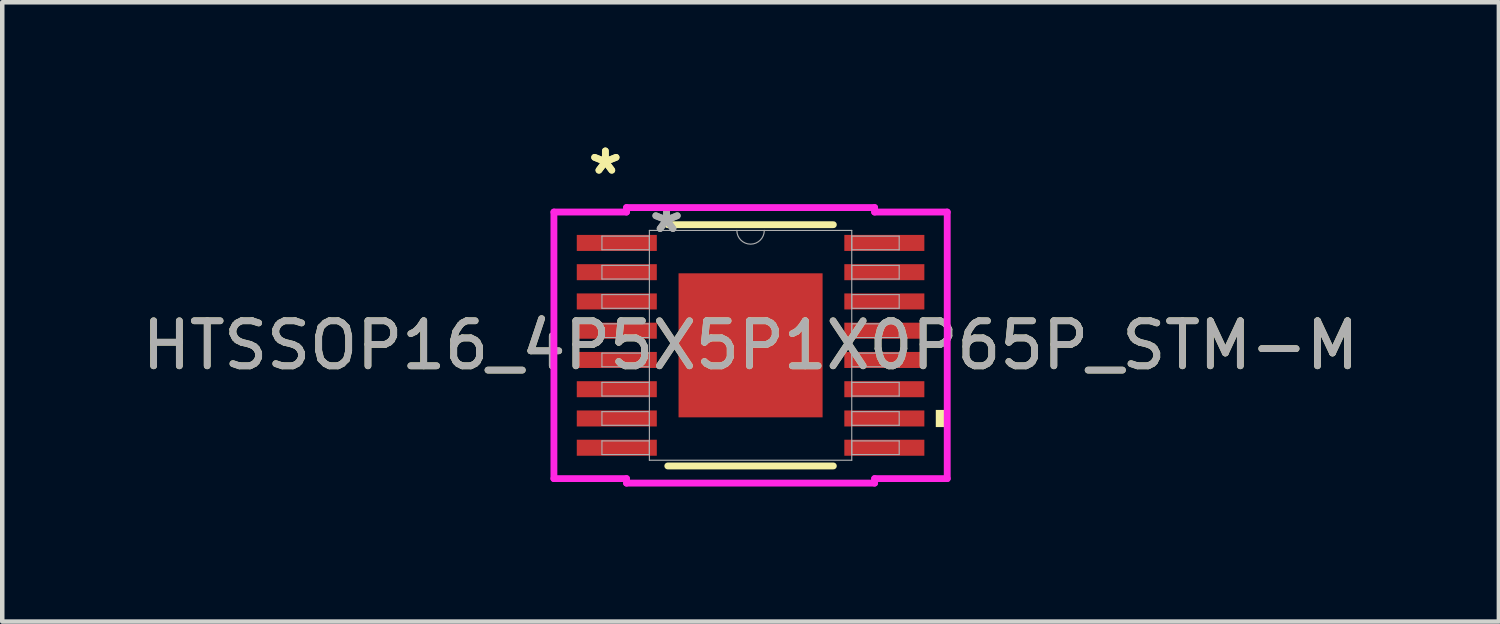
<source format=kicad_pcb>
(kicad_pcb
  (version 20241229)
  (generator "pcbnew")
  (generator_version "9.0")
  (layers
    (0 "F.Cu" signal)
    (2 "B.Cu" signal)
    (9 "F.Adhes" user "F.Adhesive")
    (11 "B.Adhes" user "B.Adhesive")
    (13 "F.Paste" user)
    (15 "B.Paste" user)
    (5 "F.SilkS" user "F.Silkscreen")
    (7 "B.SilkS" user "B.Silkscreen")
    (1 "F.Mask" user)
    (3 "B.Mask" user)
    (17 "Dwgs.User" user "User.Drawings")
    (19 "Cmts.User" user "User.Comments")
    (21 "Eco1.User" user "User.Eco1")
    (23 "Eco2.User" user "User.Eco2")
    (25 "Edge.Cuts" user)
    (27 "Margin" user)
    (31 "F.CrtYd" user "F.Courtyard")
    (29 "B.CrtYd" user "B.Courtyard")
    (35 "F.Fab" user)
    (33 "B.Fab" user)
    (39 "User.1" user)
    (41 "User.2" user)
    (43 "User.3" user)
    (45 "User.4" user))
  (footprint "HTSSOP16_4P5X5P1X0P65P_STM-M"
    (layer "F.Cu")
    (at 13.625 4.622)
    (property "Reference" "HTSSOP16_4P5X5P1X0P65P_STM-M" (at 0 0 0) (unlocked yes) (layer "F.SilkS") (effects (font (size 1 1) (thickness 0.15))))
    (attr smd)
    (fp_line (start -1.839 2.68) (end 1.839 2.68) (stroke (width 0.152) (type solid)) (layer "F.SilkS"))
    (fp_line (start 1.839 -2.68) (end -1.839 -2.68) (stroke (width 0.152) (type solid)) (layer "F.SilkS"))
    (fp_poly (pts (xy 4.369 1.435) (xy 4.369 1.816) (xy 4.115 1.816) (xy 4.115 1.435)) (stroke (width 0) (type solid)) (fill yes) (layer "F.SilkS"))
    (fp_poly (pts (xy -1.5 -1.5) (xy -1.5 -0.1) (xy -0.1 -0.1) (xy -0.1 -1.5)) (stroke (width 0) (type solid)) (fill yes) (layer "F.Paste"))
    (fp_poly (pts (xy -1.5 0.1) (xy -1.5 1.5) (xy -0.1 1.5) (xy -0.1 0.1)) (stroke (width 0) (type solid)) (fill yes) (layer "F.Paste"))
    (fp_poly (pts (xy 0.1 -1.5) (xy 0.1 -0.1) (xy 1.5 -0.1) (xy 1.5 -1.5)) (stroke (width 0) (type solid)) (fill yes) (layer "F.Paste"))
    (fp_poly (pts (xy 0.1 0.1) (xy 0.1 1.5) (xy 1.5 1.5) (xy 1.5 0.1)) (stroke (width 0) (type solid)) (fill yes) (layer "F.Paste"))
    (fp_line (start -4.369 -2.961) (end -2.756 -2.961) (stroke (width 0.152) (type solid)) (layer "F.CrtYd"))
    (fp_line (start -4.369 2.961) (end -4.369 -2.961) (stroke (width 0.152) (type solid)) (layer "F.CrtYd"))
    (fp_line (start -4.369 2.961) (end -2.756 2.961) (stroke (width 0.152) (type solid)) (layer "F.CrtYd"))
    (fp_line (start -2.756 -3.061) (end 2.756 -3.061) (stroke (width 0.152) (type solid)) (layer "F.CrtYd"))
    (fp_line (start -2.756 -2.961) (end -2.756 -3.061) (stroke (width 0.152) (type solid)) (layer "F.CrtYd"))
    (fp_line (start -2.756 3.061) (end -2.756 2.961) (stroke (width 0.152) (type solid)) (layer "F.CrtYd"))
    (fp_line (start 2.756 -3.061) (end 2.756 -2.961) (stroke (width 0.152) (type solid)) (layer "F.CrtYd"))
    (fp_line (start 2.756 2.961) (end 2.756 3.061) (stroke (width 0.152) (type solid)) (layer "F.CrtYd"))
    (fp_line (start 2.756 3.061) (end -2.756 3.061) (stroke (width 0.152) (type solid)) (layer "F.CrtYd"))
    (fp_line (start 4.369 -2.961) (end 2.756 -2.961) (stroke (width 0.152) (type solid)) (layer "F.CrtYd"))
    (fp_line (start 4.369 -2.961) (end 4.369 2.961) (stroke (width 0.152) (type solid)) (layer "F.CrtYd"))
    (fp_line (start 4.369 2.961) (end 2.756 2.961) (stroke (width 0.152) (type solid)) (layer "F.CrtYd"))
    (fp_line (start -3.302 -2.427) (end -3.302 -2.123) (stroke (width 0.025) (type solid)) (layer "F.Fab"))
    (fp_line (start -3.302 -2.123) (end -2.248 -2.123) (stroke (width 0.025) (type solid)) (layer "F.Fab"))
    (fp_line (start -3.302 -1.777) (end -3.302 -1.473) (stroke (width 0.025) (type solid)) (layer "F.Fab"))
    (fp_line (start -3.302 -1.473) (end -2.248 -1.473) (stroke (width 0.025) (type solid)) (layer "F.Fab"))
    (fp_line (start -3.302 -1.127) (end -3.302 -0.823) (stroke (width 0.025) (type solid)) (layer "F.Fab"))
    (fp_line (start -3.302 -0.823) (end -2.248 -0.823) (stroke (width 0.025) (type solid)) (layer "F.Fab"))
    (fp_line (start -3.302 -0.477) (end -3.302 -0.173) (stroke (width 0.025) (type solid)) (layer "F.Fab"))
    (fp_line (start -3.302 -0.173) (end -2.248 -0.173) (stroke (width 0.025) (type solid)) (layer "F.Fab"))
    (fp_line (start -3.302 0.173) (end -3.302 0.477) (stroke (width 0.025) (type solid)) (layer "F.Fab"))
    (fp_line (start -3.302 0.477) (end -2.248 0.477) (stroke (width 0.025) (type solid)) (layer "F.Fab"))
    (fp_line (start -3.302 0.823) (end -3.302 1.127) (stroke (width 0.025) (type solid)) (layer "F.Fab"))
    (fp_line (start -3.302 1.127) (end -2.248 1.127) (stroke (width 0.025) (type solid)) (layer "F.Fab"))
    (fp_line (start -3.302 1.473) (end -3.302 1.777) (stroke (width 0.025) (type solid)) (layer "F.Fab"))
    (fp_line (start -3.302 1.777) (end -2.248 1.777) (stroke (width 0.025) (type solid)) (layer "F.Fab"))
    (fp_line (start -3.302 2.123) (end -3.302 2.427) (stroke (width 0.025) (type solid)) (layer "F.Fab"))
    (fp_line (start -3.302 2.427) (end -2.248 2.427) (stroke (width 0.025) (type solid)) (layer "F.Fab"))
    (fp_line (start -2.248 -2.553) (end -2.248 2.553) (stroke (width 0.025) (type solid)) (layer "F.Fab"))
    (fp_line (start -2.248 -2.427) (end -3.302 -2.427) (stroke (width 0.025) (type solid)) (layer "F.Fab"))
    (fp_line (start -2.248 -2.123) (end -2.248 -2.427) (stroke (width 0.025) (type solid)) (layer "F.Fab"))
    (fp_line (start -2.248 -1.777) (end -3.302 -1.777) (stroke (width 0.025) (type solid)) (layer "F.Fab"))
    (fp_line (start -2.248 -1.473) (end -2.248 -1.777) (stroke (width 0.025) (type solid)) (layer "F.Fab"))
    (fp_line (start -2.248 -1.127) (end -3.302 -1.127) (stroke (width 0.025) (type solid)) (layer "F.Fab"))
    (fp_line (start -2.248 -0.823) (end -2.248 -1.127) (stroke (width 0.025) (type solid)) (layer "F.Fab"))
    (fp_line (start -2.248 -0.477) (end -3.302 -0.477) (stroke (width 0.025) (type solid)) (layer "F.Fab"))
    (fp_line (start -2.248 -0.173) (end -2.248 -0.477) (stroke (width 0.025) (type solid)) (layer "F.Fab"))
    (fp_line (start -2.248 0.173) (end -3.302 0.173) (stroke (width 0.025) (type solid)) (layer "F.Fab"))
    (fp_line (start -2.248 0.477) (end -2.248 0.173) (stroke (width 0.025) (type solid)) (layer "F.Fab"))
    (fp_line (start -2.248 0.823) (end -3.302 0.823) (stroke (width 0.025) (type solid)) (layer "F.Fab"))
    (fp_line (start -2.248 1.127) (end -2.248 0.823) (stroke (width 0.025) (type solid)) (layer "F.Fab"))
    (fp_line (start -2.248 1.473) (end -3.302 1.473) (stroke (width 0.025) (type solid)) (layer "F.Fab"))
    (fp_line (start -2.248 1.777) (end -2.248 1.473) (stroke (width 0.025) (type solid)) (layer "F.Fab"))
    (fp_line (start -2.248 2.123) (end -3.302 2.123) (stroke (width 0.025) (type solid)) (layer "F.Fab"))
    (fp_line (start -2.248 2.427) (end -2.248 2.123) (stroke (width 0.025) (type solid)) (layer "F.Fab"))
    (fp_line (start -2.248 2.553) (end 2.248 2.553) (stroke (width 0.025) (type solid)) (layer "F.Fab"))
    (fp_line (start 2.248 -2.553) (end -2.248 -2.553) (stroke (width 0.025) (type solid)) (layer "F.Fab"))
    (fp_line (start 2.248 -2.427) (end 2.248 -2.123) (stroke (width 0.025) (type solid)) (layer "F.Fab"))
    (fp_line (start 2.248 -2.123) (end 3.302 -2.123) (stroke (width 0.025) (type solid)) (layer "F.Fab"))
    (fp_line (start 2.248 -1.777) (end 2.248 -1.473) (stroke (width 0.025) (type solid)) (layer "F.Fab"))
    (fp_line (start 2.248 -1.473) (end 3.302 -1.473) (stroke (width 0.025) (type solid)) (layer "F.Fab"))
    (fp_line (start 2.248 -1.127) (end 2.248 -0.823) (stroke (width 0.025) (type solid)) (layer "F.Fab"))
    (fp_line (start 2.248 -0.823) (end 3.302 -0.823) (stroke (width 0.025) (type solid)) (layer "F.Fab"))
    (fp_line (start 2.248 -0.477) (end 2.248 -0.173) (stroke (width 0.025) (type solid)) (layer "F.Fab"))
    (fp_line (start 2.248 -0.173) (end 3.302 -0.173) (stroke (width 0.025) (type solid)) (layer "F.Fab"))
    (fp_line (start 2.248 0.173) (end 2.248 0.477) (stroke (width 0.025) (type solid)) (layer "F.Fab"))
    (fp_line (start 2.248 0.477) (end 3.302 0.477) (stroke (width 0.025) (type solid)) (layer "F.Fab"))
    (fp_line (start 2.248 0.823) (end 2.248 1.127) (stroke (width 0.025) (type solid)) (layer "F.Fab"))
    (fp_line (start 2.248 1.127) (end 3.302 1.127) (stroke (width 0.025) (type solid)) (layer "F.Fab"))
    (fp_line (start 2.248 1.473) (end 2.248 1.777) (stroke (width 0.025) (type solid)) (layer "F.Fab"))
    (fp_line (start 2.248 1.777) (end 3.302 1.777) (stroke (width 0.025) (type solid)) (layer "F.Fab"))
    (fp_line (start 2.248 2.123) (end 2.248 2.427) (stroke (width 0.025) (type solid)) (layer "F.Fab"))
    (fp_line (start 2.248 2.427) (end 3.302 2.427) (stroke (width 0.025) (type solid)) (layer "F.Fab"))
    (fp_line (start 2.248 2.553) (end 2.248 -2.553) (stroke (width 0.025) (type solid)) (layer "F.Fab"))
    (fp_line (start 3.302 -2.427) (end 2.248 -2.427) (stroke (width 0.025) (type solid)) (layer "F.Fab"))
    (fp_line (start 3.302 -2.123) (end 3.302 -2.427) (stroke (width 0.025) (type solid)) (layer "F.Fab"))
    (fp_line (start 3.302 -1.777) (end 2.248 -1.777) (stroke (width 0.025) (type solid)) (layer "F.Fab"))
    (fp_line (start 3.302 -1.473) (end 3.302 -1.777) (stroke (width 0.025) (type solid)) (layer "F.Fab"))
    (fp_line (start 3.302 -1.127) (end 2.248 -1.127) (stroke (width 0.025) (type solid)) (layer "F.Fab"))
    (fp_line (start 3.302 -0.823) (end 3.302 -1.127) (stroke (width 0.025) (type solid)) (layer "F.Fab"))
    (fp_line (start 3.302 -0.477) (end 2.248 -0.477) (stroke (width 0.025) (type solid)) (layer "F.Fab"))
    (fp_line (start 3.302 -0.173) (end 3.302 -0.477) (stroke (width 0.025) (type solid)) (layer "F.Fab"))
    (fp_line (start 3.302 0.173) (end 2.248 0.173) (stroke (width 0.025) (type solid)) (layer "F.Fab"))
    (fp_line (start 3.302 0.477) (end 3.302 0.173) (stroke (width 0.025) (type solid)) (layer "F.Fab"))
    (fp_line (start 3.302 0.823) (end 2.248 0.823) (stroke (width 0.025) (type solid)) (layer "F.Fab"))
    (fp_line (start 3.302 1.127) (end 3.302 0.823) (stroke (width 0.025) (type solid)) (layer "F.Fab"))
    (fp_line (start 3.302 1.473) (end 2.248 1.473) (stroke (width 0.025) (type solid)) (layer "F.Fab"))
    (fp_line (start 3.302 1.777) (end 3.302 1.473) (stroke (width 0.025) (type solid)) (layer "F.Fab"))
    (fp_line (start 3.302 2.123) (end 2.248 2.123) (stroke (width 0.025) (type solid)) (layer "F.Fab"))
    (fp_line (start 3.302 2.427) (end 3.302 2.123) (stroke (width 0.025) (type solid)) (layer "F.Fab"))
    (fp_arc (start 0.3048 -2.5527) (mid 0 -2.2479) (end -0.3048 -2.5527) (stroke (width 0.0254) (type solid)) (layer "F.Fab"))
    (fp_text user "*" (at -3.226 -3.774 0) (layer "F.SilkS") (effects (font (size 1 1) (thickness 0.15))))
    (fp_text user "*" (at -3.226 -3.774 0) (unlocked yes) (layer "F.SilkS") (effects (font (size 1 1) (thickness 0.15))))
    (fp_text user "*" (at -1.867 -2.477 0) (layer "F.Fab") (effects (font (size 1 1) (thickness 0.15))))
    (fp_text user "${REFERENCE}" (at 0 0 0) (unlocked yes) (layer "F.Fab") (effects (font (size 1 1) (thickness 0.15))))
    (fp_text user "*" (at -1.867 -2.477 0) (unlocked yes) (layer "F.Fab") (effects (font (size 1 1) (thickness 0.15))))
    (pad "1" smd rect (at -2.972 -2.275) (size 1.778 0.356) (layers "F.Cu" "F.Mask" "F.Paste"))
    (pad "2" smd rect (at -2.972 -1.625) (size 1.778 0.356) (layers "F.Cu" "F.Mask" "F.Paste"))
    (pad "3" smd rect (at -2.972 -0.975) (size 1.778 0.356) (layers "F.Cu" "F.Mask" "F.Paste"))
    (pad "4" smd rect (at -2.972 -0.325) (size 1.778 0.356) (layers "F.Cu" "F.Mask" "F.Paste"))
    (pad "5" smd rect (at -2.972 0.325) (size 1.778 0.356) (layers "F.Cu" "F.Mask" "F.Paste"))
    (pad "6" smd rect (at -2.972 0.975) (size 1.778 0.356) (layers "F.Cu" "F.Mask" "F.Paste"))
    (pad "7" smd rect (at -2.972 1.625) (size 1.778 0.356) (layers "F.Cu" "F.Mask" "F.Paste"))
    (pad "8" smd rect (at -2.972 2.275) (size 1.778 0.356) (layers "F.Cu" "F.Mask" "F.Paste"))
    (pad "9" smd rect (at 2.972 2.275) (size 1.778 0.356) (layers "F.Cu" "F.Mask" "F.Paste"))
    (pad "10" smd rect (at 2.972 1.625) (size 1.778 0.356) (layers "F.Cu" "F.Mask" "F.Paste"))
    (pad "11" smd rect (at 2.972 0.975) (size 1.778 0.356) (layers "F.Cu" "F.Mask" "F.Paste"))
    (pad "12" smd rect (at 2.972 0.325) (size 1.778 0.356) (layers "F.Cu" "F.Mask" "F.Paste"))
    (pad "13" smd rect (at 2.972 -0.325) (size 1.778 0.356) (layers "F.Cu" "F.Mask" "F.Paste"))
    (pad "14" smd rect (at 2.972 -0.975) (size 1.778 0.356) (layers "F.Cu" "F.Mask" "F.Paste"))
    (pad "15" smd rect (at 2.972 -1.625) (size 1.778 0.356) (layers "F.Cu" "F.Mask" "F.Paste"))
    (pad "16" smd rect (at 2.972 -2.275) (size 1.778 0.356) (layers "F.Cu" "F.Mask" "F.Paste"))
    (pad "EPAD" smd rect (at 0 0) (size 3.2 3.2) (layers "F.Cu" "F.Mask")))
  (gr_rect
    (start -3 -3)
    (end 30.25 10.759)
    (stroke (width 0.1) (type default))
    (fill no)
    (layer "Edge.Cuts")))
</source>
